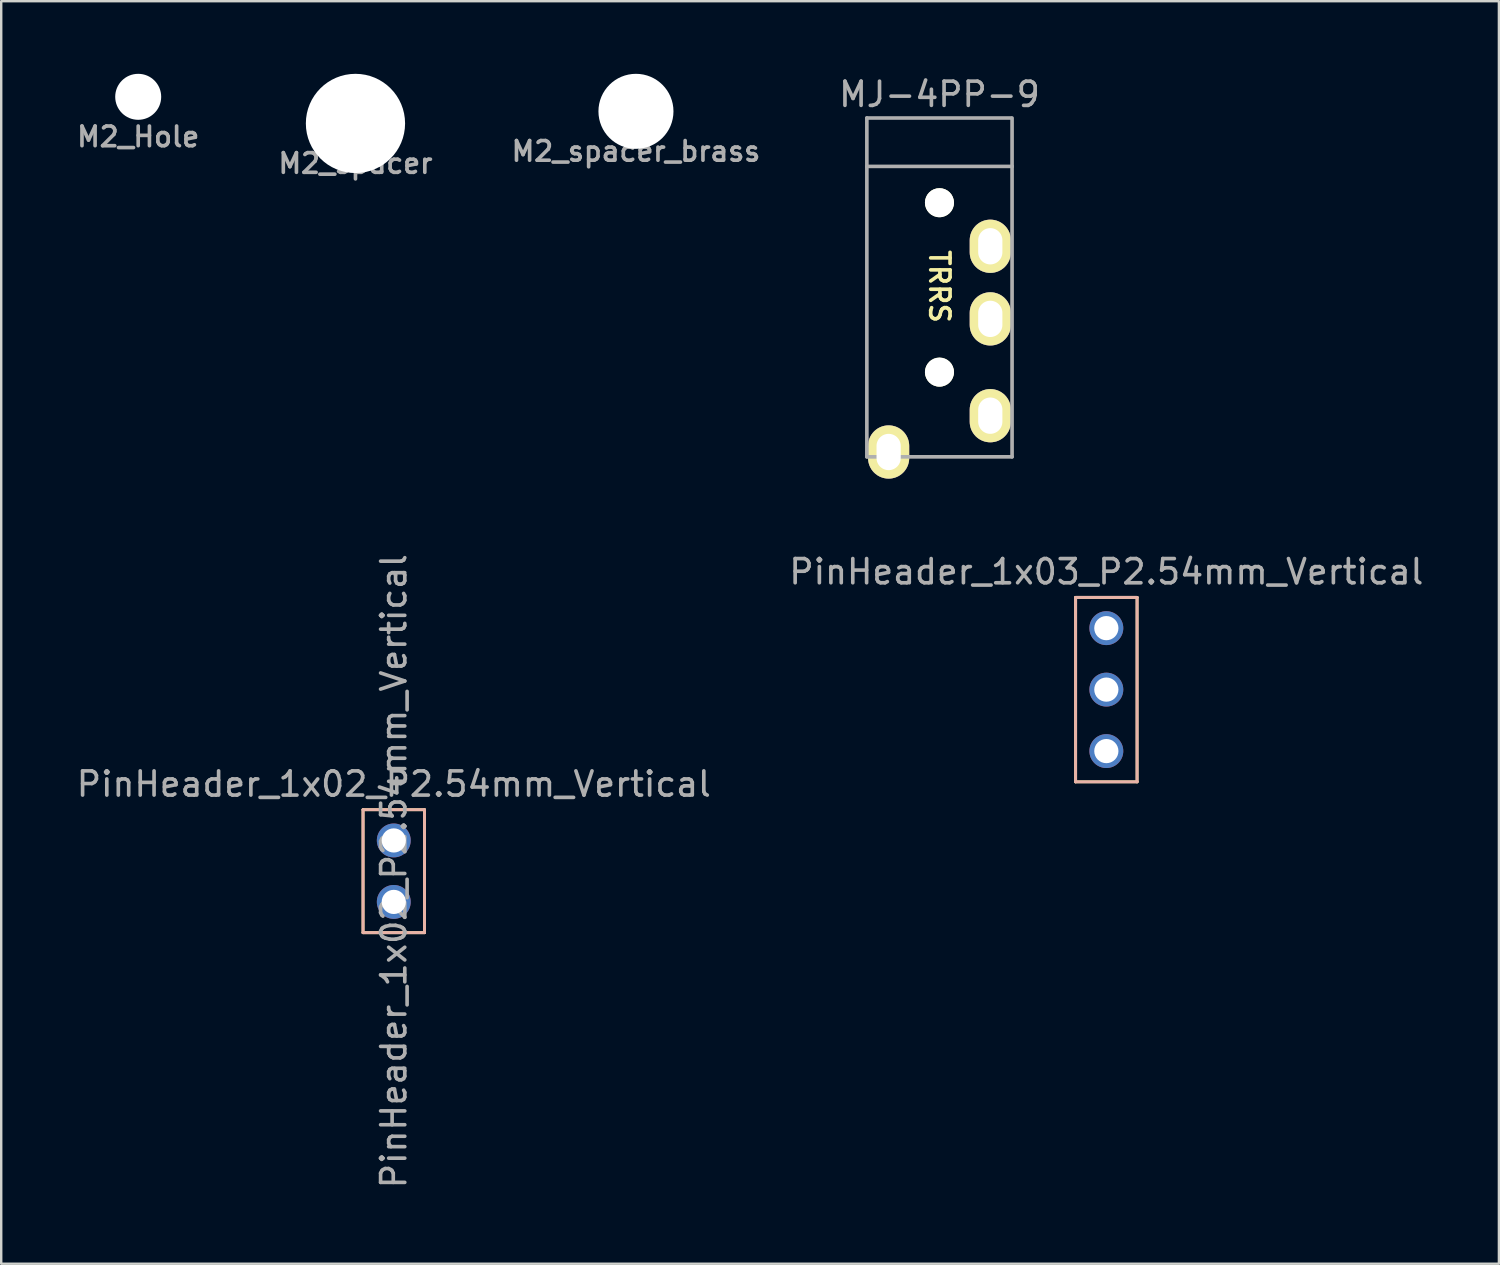
<source format=kicad_pcb>
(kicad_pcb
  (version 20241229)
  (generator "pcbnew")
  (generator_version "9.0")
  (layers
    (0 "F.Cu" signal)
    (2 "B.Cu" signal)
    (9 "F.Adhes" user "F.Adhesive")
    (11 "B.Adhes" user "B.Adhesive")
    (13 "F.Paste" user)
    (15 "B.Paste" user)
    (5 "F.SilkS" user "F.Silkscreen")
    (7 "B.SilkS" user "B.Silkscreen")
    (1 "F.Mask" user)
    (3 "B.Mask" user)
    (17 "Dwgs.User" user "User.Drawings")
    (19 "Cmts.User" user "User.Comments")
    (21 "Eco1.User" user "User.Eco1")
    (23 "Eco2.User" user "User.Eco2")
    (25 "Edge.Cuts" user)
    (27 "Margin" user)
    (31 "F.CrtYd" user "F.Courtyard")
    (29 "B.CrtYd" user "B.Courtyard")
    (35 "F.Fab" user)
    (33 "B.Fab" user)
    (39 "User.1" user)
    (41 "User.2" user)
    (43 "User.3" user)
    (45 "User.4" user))
  (footprint "M2_spacer_brass"
    (layer "F.Cu")
    (at 23.226 1.55)
    (property "Reference" "M2_spacer_brass" (at 0 1.651 0) (layer "F.Fab") (effects (font (size 0.813 0.813) (thickness 0.15))))
    (pad "" np_thru_hole circle (at 0 0) (size 3.1 3.1) (drill 3.1) (layers "*.Cu" "*.Mask")))
  (footprint "PinHeader_1x03_P2.54mm_Vertical"
    (layer "F.Cu")
    (at 42.661 22.903)
    (property "Reference" "PinHeader_1x03_P2.54mm_Vertical" (at 0 -2.33 0) (layer "F.Fab") (effects (font (size 1 1) (thickness 0.15))))
    (attr through_hole)
    (fp_line (start -1.27 -1.27) (end -1.27 6.35) (stroke (width 0.12) (type solid)) (layer "F.SilkS"))
    (fp_line (start -1.27 6.35) (end 1.27 6.35) (stroke (width 0.12) (type solid)) (layer "F.SilkS"))
    (fp_line (start 1.27 -1.27) (end -1.27 -1.27) (stroke (width 0.12) (type solid)) (layer "F.SilkS"))
    (fp_line (start 1.27 6.35) (end 1.27 -1.27) (stroke (width 0.12) (type solid)) (layer "F.SilkS"))
    (fp_line (start -1.27 -1.27) (end -1.27 6.35) (stroke (width 0.12) (type solid)) (layer "B.SilkS"))
    (fp_line (start -1.27 6.35) (end 1.27 6.35) (stroke (width 0.12) (type solid)) (layer "B.SilkS"))
    (fp_line (start 1.27 -1.27) (end -1.27 -1.27) (stroke (width 0.12) (type solid)) (layer "B.SilkS"))
    (fp_line (start 1.27 6.35) (end 1.27 -1.27) (stroke (width 0.12) (type solid)) (layer "B.SilkS"))
    (pad "1" thru_hole circle (at 0 0) (size 1.4 1.4) (drill 1) (layers "*.Cu" "*.Mask"))
    (pad "2" thru_hole oval (at 0 2.54) (size 1.4 1.4) (drill 1) (layers "*.Cu" "*.Mask"))
    (pad "3" thru_hole oval (at 0 5.08) (size 1.4 1.4) (drill 1) (layers "*.Cu" "*.Mask")))
  (footprint "PinHeader_1x02_P2.54mm_Vertical"
    (layer "F.Cu")
    (at 13.22 31.675)
    (property "Reference" "PinHeader_1x02_P2.54mm_Vertical" (at 0 -2.33 0) (layer "F.Fab") (effects (font (size 1 1) (thickness 0.15))))
    (attr through_hole)
    (fp_line (start -1.27 -1.27) (end -1.27 3.81) (stroke (width 0.12) (type solid)) (layer "F.SilkS"))
    (fp_line (start -1.27 3.81) (end 1.27 3.81) (stroke (width 0.12) (type solid)) (layer "F.SilkS"))
    (fp_line (start 1.27 -1.27) (end -1.27 -1.27) (stroke (width 0.12) (type solid)) (layer "F.SilkS"))
    (fp_line (start 1.27 3.81) (end 1.27 -1.27) (stroke (width 0.12) (type solid)) (layer "F.SilkS"))
    (fp_line (start -1.27 -1.27) (end -1.27 3.81) (stroke (width 0.12) (type solid)) (layer "B.SilkS"))
    (fp_line (start -1.27 3.81) (end 1.27 3.81) (stroke (width 0.12) (type solid)) (layer "B.SilkS"))
    (fp_line (start 1.27 -1.27) (end -1.27 -1.27) (stroke (width 0.12) (type solid)) (layer "B.SilkS"))
    (fp_line (start 1.27 3.81) (end 1.27 -1.27) (stroke (width 0.12) (type solid)) (layer "B.SilkS"))
    (fp_text user "${REFERENCE}" (at 0 1.27 90) (layer "F.Fab") (effects (font (size 1 1) (thickness 0.15))))
    (pad "1" thru_hole circle (at 0 0) (size 1.4 1.4) (drill 1) (layers "*.Cu" "*.Mask"))
    (pad "2" thru_hole oval (at 0 2.54) (size 1.4 1.4) (drill 1) (layers "*.Cu" "*.Mask")))
  (footprint "M2_spacer"
    (layer "F.Cu")
    (at 11.637 2.05)
    (property "Reference" "M2_spacer" (at 0 1.651 0) (layer "F.Fab") (effects (font (size 0.813 0.813) (thickness 0.15))))
    (pad "" np_thru_hole circle (at 0 0) (size 4.1 4.1) (drill 4.1) (layers "*.Cu" "*.Mask")))
  (footprint "M2_Hole"
    (layer "F.Cu")
    (at 2.66 0.95)
    (property "Reference" "M2_Hole" (at 0 1.651 0) (layer "F.Fab") (effects (font (size 0.813 0.813) (thickness 0.15))))
    (pad "" np_thru_hole circle (at 0 0) (size 1.9 1.9) (drill 1.9) (layers "*.Cu" "*.Mask")))
  (footprint "MJ-4PP-9"
    (layer "F.Cu")
    (at 35.766 3.825)
    (property "Reference" "MJ-4PP-9" (at 0 -2.977 0) (layer "F.Fab") (effects (font (size 1 1) (thickness 0.15))))
    (attr through_hole)
    (fp_line (start -3 -2) (end 2.95 -2) (stroke (width 0.15) (type solid)) (layer "F.Fab"))
    (fp_line (start -3 0) (end -3 -2) (stroke (width 0.15) (type solid)) (layer "F.Fab"))
    (fp_line (start -3 0) (end 3 0) (stroke (width 0.15) (type solid)) (layer "F.Fab"))
    (fp_line (start -3 12) (end -3 0) (stroke (width 0.15) (type solid)) (layer "F.Fab"))
    (fp_line (start 3 -2) (end 3 0) (stroke (width 0.15) (type solid)) (layer "F.Fab"))
    (fp_line (start 3 0) (end 3 12) (stroke (width 0.15) (type solid)) (layer "F.Fab"))
    (fp_line (start 3 12) (end -3 12) (stroke (width 0.15) (type solid)) (layer "F.Fab"))
    (fp_text user "TRRS" (at 0 4.961 270) (unlocked yes) (layer "F.SilkS") (effects (font (size 0.8 0.8) (thickness 0.15))))
    (pad "" np_thru_hole circle (at 0 1.5) (size 1.2 1.2) (drill 1.2) (layers "*.Cu" "*.Mask" "F.SilkS"))
    (pad "" np_thru_hole circle (at 0 8.5) (size 1.2 1.2) (drill 1.2) (layers "*.Cu" "*.Mask" "F.SilkS"))
    (pad "A" thru_hole oval (at -2.1 11.8) (size 1.7 2.2) (drill oval 1 1.5) (layers "*.Cu" "*.Mask" "F.SilkS"))
    (pad "B" thru_hole oval (at 2.1 3.3) (size 1.7 2.2) (drill oval 1 1.5) (layers "*.Cu" "*.Mask" "F.SilkS"))
    (pad "C" thru_hole oval (at 2.1 6.3) (size 1.7 2.2) (drill oval 1 1.5) (layers "*.Cu" "*.Mask" "F.SilkS"))
    (pad "D" thru_hole oval (at 2.1 10.3) (size 1.7 2.2) (drill oval 1 1.5) (layers "*.Cu" "*.Mask" "F.SilkS")))
  (gr_rect
    (start -3 -3)
    (end 58.881 49.165)
    (stroke (width 0.1) (type default))
    (fill no)
    (layer "Edge.Cuts")))
</source>
